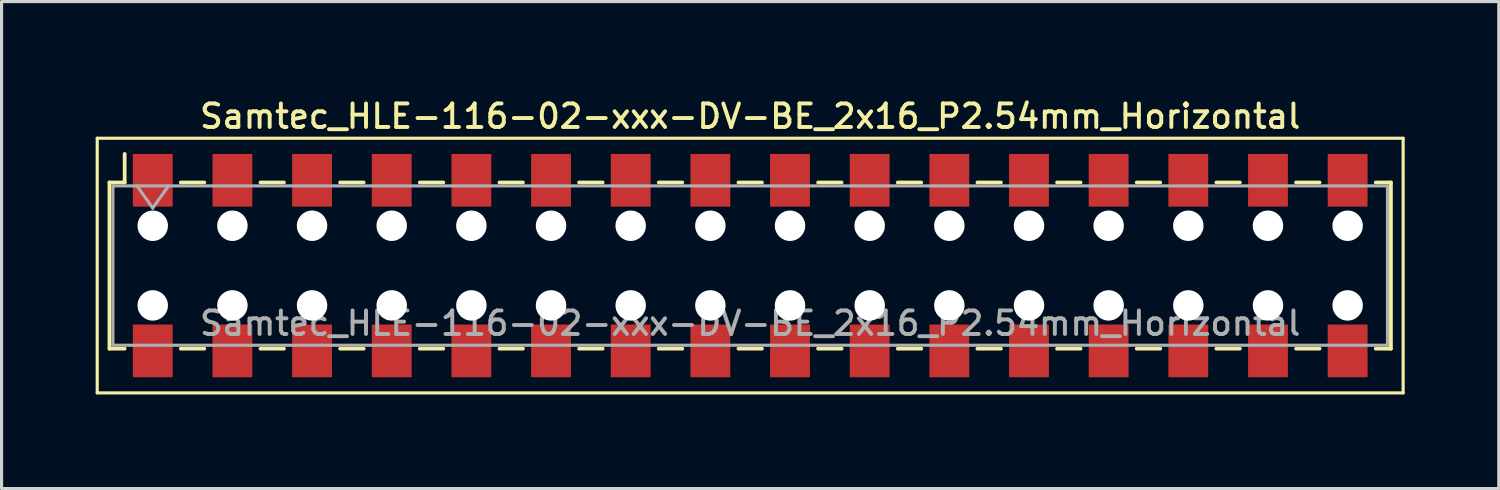
<source format=kicad_pcb>
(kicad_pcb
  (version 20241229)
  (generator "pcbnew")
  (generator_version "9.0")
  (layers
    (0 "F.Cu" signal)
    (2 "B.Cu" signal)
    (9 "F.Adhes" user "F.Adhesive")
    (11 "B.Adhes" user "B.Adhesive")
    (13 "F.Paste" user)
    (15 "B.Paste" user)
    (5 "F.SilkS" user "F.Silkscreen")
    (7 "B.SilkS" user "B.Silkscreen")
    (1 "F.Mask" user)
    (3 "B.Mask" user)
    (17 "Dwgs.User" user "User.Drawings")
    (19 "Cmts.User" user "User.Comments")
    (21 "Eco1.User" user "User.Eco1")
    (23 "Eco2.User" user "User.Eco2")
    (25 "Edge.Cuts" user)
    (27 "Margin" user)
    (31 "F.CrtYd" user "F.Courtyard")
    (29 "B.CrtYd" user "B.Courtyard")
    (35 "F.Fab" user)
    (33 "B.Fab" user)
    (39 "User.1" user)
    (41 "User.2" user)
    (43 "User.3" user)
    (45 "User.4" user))
  (footprint "Samtec_HLE-116-02-xxx-DV-BE_2x16_P2.54mm_Horizontal"
    (layer "F.Cu")
    (at 20.87 5.418)
    (property "Reference" "Samtec_HLE-116-02-xxx-DV-BE_2x16_P2.54mm_Horizontal" (at 0 -4.76 0) (layer "F.SilkS") (effects (font (size 0.75 0.75) (thickness 0.125))))
    (attr smd)
    (fp_line (start -20.82 -4.06) (end 20.82 -4.06) (stroke (width 0.1) (type solid)) (layer "F.SilkS"))
    (fp_line (start -20.82 4.06) (end -20.82 -4.06) (stroke (width 0.1) (type solid)) (layer "F.SilkS"))
    (fp_line (start -20.43 -2.65) (end -20.43 2.65) (stroke (width 0.12) (type solid)) (layer "F.SilkS"))
    (fp_line (start -20.43 2.65) (end -19.945 2.65) (stroke (width 0.12) (type solid)) (layer "F.SilkS"))
    (fp_line (start -19.945 -3.56) (end -19.945 -2.65) (stroke (width 0.12) (type solid)) (layer "F.SilkS"))
    (fp_line (start -19.945 -2.65) (end -20.43 -2.65) (stroke (width 0.12) (type solid)) (layer "F.SilkS"))
    (fp_line (start -18.155 -2.65) (end -17.405 -2.65) (stroke (width 0.12) (type solid)) (layer "F.SilkS"))
    (fp_line (start -18.155 2.65) (end -17.405 2.65) (stroke (width 0.12) (type solid)) (layer "F.SilkS"))
    (fp_line (start -15.615 -2.65) (end -14.865 -2.65) (stroke (width 0.12) (type solid)) (layer "F.SilkS"))
    (fp_line (start -15.615 2.65) (end -14.865 2.65) (stroke (width 0.12) (type solid)) (layer "F.SilkS"))
    (fp_line (start -13.075 -2.65) (end -12.325 -2.65) (stroke (width 0.12) (type solid)) (layer "F.SilkS"))
    (fp_line (start -13.075 2.65) (end -12.325 2.65) (stroke (width 0.12) (type solid)) (layer "F.SilkS"))
    (fp_line (start -10.535 -2.65) (end -9.785 -2.65) (stroke (width 0.12) (type solid)) (layer "F.SilkS"))
    (fp_line (start -10.535 2.65) (end -9.785 2.65) (stroke (width 0.12) (type solid)) (layer "F.SilkS"))
    (fp_line (start -7.995 -2.65) (end -7.245 -2.65) (stroke (width 0.12) (type solid)) (layer "F.SilkS"))
    (fp_line (start -7.995 2.65) (end -7.245 2.65) (stroke (width 0.12) (type solid)) (layer "F.SilkS"))
    (fp_line (start -5.455 -2.65) (end -4.705 -2.65) (stroke (width 0.12) (type solid)) (layer "F.SilkS"))
    (fp_line (start -5.455 2.65) (end -4.705 2.65) (stroke (width 0.12) (type solid)) (layer "F.SilkS"))
    (fp_line (start -2.915 -2.65) (end -2.165 -2.65) (stroke (width 0.12) (type solid)) (layer "F.SilkS"))
    (fp_line (start -2.915 2.65) (end -2.165 2.65) (stroke (width 0.12) (type solid)) (layer "F.SilkS"))
    (fp_line (start -0.375 -2.65) (end 0.375 -2.65) (stroke (width 0.12) (type solid)) (layer "F.SilkS"))
    (fp_line (start -0.375 2.65) (end 0.375 2.65) (stroke (width 0.12) (type solid)) (layer "F.SilkS"))
    (fp_line (start 2.165 -2.65) (end 2.915 -2.65) (stroke (width 0.12) (type solid)) (layer "F.SilkS"))
    (fp_line (start 2.165 2.65) (end 2.915 2.65) (stroke (width 0.12) (type solid)) (layer "F.SilkS"))
    (fp_line (start 4.705 -2.65) (end 5.455 -2.65) (stroke (width 0.12) (type solid)) (layer "F.SilkS"))
    (fp_line (start 4.705 2.65) (end 5.455 2.65) (stroke (width 0.12) (type solid)) (layer "F.SilkS"))
    (fp_line (start 7.245 -2.65) (end 7.995 -2.65) (stroke (width 0.12) (type solid)) (layer "F.SilkS"))
    (fp_line (start 7.245 2.65) (end 7.995 2.65) (stroke (width 0.12) (type solid)) (layer "F.SilkS"))
    (fp_line (start 9.785 -2.65) (end 10.535 -2.65) (stroke (width 0.12) (type solid)) (layer "F.SilkS"))
    (fp_line (start 9.785 2.65) (end 10.535 2.65) (stroke (width 0.12) (type solid)) (layer "F.SilkS"))
    (fp_line (start 12.325 -2.65) (end 13.075 -2.65) (stroke (width 0.12) (type solid)) (layer "F.SilkS"))
    (fp_line (start 12.325 2.65) (end 13.075 2.65) (stroke (width 0.12) (type solid)) (layer "F.SilkS"))
    (fp_line (start 14.865 -2.65) (end 15.615 -2.65) (stroke (width 0.12) (type solid)) (layer "F.SilkS"))
    (fp_line (start 14.865 2.65) (end 15.615 2.65) (stroke (width 0.12) (type solid)) (layer "F.SilkS"))
    (fp_line (start 17.405 -2.65) (end 18.155 -2.65) (stroke (width 0.12) (type solid)) (layer "F.SilkS"))
    (fp_line (start 17.405 2.65) (end 18.155 2.65) (stroke (width 0.12) (type solid)) (layer "F.SilkS"))
    (fp_line (start 19.945 -2.65) (end 20.43 -2.65) (stroke (width 0.12) (type solid)) (layer "F.SilkS"))
    (fp_line (start 20.43 -2.65) (end 20.43 2.65) (stroke (width 0.12) (type solid)) (layer "F.SilkS"))
    (fp_line (start 20.43 2.65) (end 19.945 2.65) (stroke (width 0.12) (type solid)) (layer "F.SilkS"))
    (fp_line (start 20.82 -4.06) (end 20.82 4.06) (stroke (width 0.1) (type solid)) (layer "F.SilkS"))
    (fp_line (start 20.82 4.06) (end -20.82 4.06) (stroke (width 0.1) (type solid)) (layer "F.SilkS"))
    (fp_line (start -20.32 -2.54) (end 20.32 -2.54) (stroke (width 0.1) (type solid)) (layer "F.Fab"))
    (fp_line (start -20.32 2.54) (end -20.32 -2.54) (stroke (width 0.1) (type solid)) (layer "F.Fab"))
    (fp_line (start -19.55 -2.54) (end -19.05 -1.833) (stroke (width 0.1) (type solid)) (layer "F.Fab"))
    (fp_line (start -19.05 -1.833) (end -18.55 -2.54) (stroke (width 0.1) (type solid)) (layer "F.Fab"))
    (fp_line (start 20.32 -2.54) (end 20.32 2.54) (stroke (width 0.1) (type solid)) (layer "F.Fab"))
    (fp_line (start 20.32 2.54) (end -20.32 2.54) (stroke (width 0.1) (type solid)) (layer "F.Fab"))
    (fp_text user "${REFERENCE}" (at 0 1.84 0) (layer "F.Fab") (effects (font (size 0.75 0.75) (thickness 0.125))))
    (pad "" np_thru_hole circle (at -19.05 -1.27) (size 0.97 0.97) (drill 0.97) (layers "*.Cu" "*.Mask"))
    (pad "" np_thru_hole circle (at -19.05 1.27) (size 0.97 0.97) (drill 0.97) (layers "*.Cu" "*.Mask"))
    (pad "" np_thru_hole circle (at -16.51 -1.27) (size 0.97 0.97) (drill 0.97) (layers "*.Cu" "*.Mask"))
    (pad "" np_thru_hole circle (at -16.51 1.27) (size 0.97 0.97) (drill 0.97) (layers "*.Cu" "*.Mask"))
    (pad "" np_thru_hole circle (at -13.97 -1.27) (size 0.97 0.97) (drill 0.97) (layers "*.Cu" "*.Mask"))
    (pad "" np_thru_hole circle (at -13.97 1.27) (size 0.97 0.97) (drill 0.97) (layers "*.Cu" "*.Mask"))
    (pad "" np_thru_hole circle (at -11.43 -1.27) (size 0.97 0.97) (drill 0.97) (layers "*.Cu" "*.Mask"))
    (pad "" np_thru_hole circle (at -11.43 1.27) (size 0.97 0.97) (drill 0.97) (layers "*.Cu" "*.Mask"))
    (pad "" np_thru_hole circle (at -8.89 -1.27) (size 0.97 0.97) (drill 0.97) (layers "*.Cu" "*.Mask"))
    (pad "" np_thru_hole circle (at -8.89 1.27) (size 0.97 0.97) (drill 0.97) (layers "*.Cu" "*.Mask"))
    (pad "" np_thru_hole circle (at -6.35 -1.27) (size 0.97 0.97) (drill 0.97) (layers "*.Cu" "*.Mask"))
    (pad "" np_thru_hole circle (at -6.35 1.27) (size 0.97 0.97) (drill 0.97) (layers "*.Cu" "*.Mask"))
    (pad "" np_thru_hole circle (at -3.81 -1.27) (size 0.97 0.97) (drill 0.97) (layers "*.Cu" "*.Mask"))
    (pad "" np_thru_hole circle (at -3.81 1.27) (size 0.97 0.97) (drill 0.97) (layers "*.Cu" "*.Mask"))
    (pad "" np_thru_hole circle (at -1.27 -1.27) (size 0.97 0.97) (drill 0.97) (layers "*.Cu" "*.Mask"))
    (pad "" np_thru_hole circle (at -1.27 1.27) (size 0.97 0.97) (drill 0.97) (layers "*.Cu" "*.Mask"))
    (pad "" np_thru_hole circle (at 1.27 -1.27) (size 0.97 0.97) (drill 0.97) (layers "*.Cu" "*.Mask"))
    (pad "" np_thru_hole circle (at 1.27 1.27) (size 0.97 0.97) (drill 0.97) (layers "*.Cu" "*.Mask"))
    (pad "" np_thru_hole circle (at 3.81 -1.27) (size 0.97 0.97) (drill 0.97) (layers "*.Cu" "*.Mask"))
    (pad "" np_thru_hole circle (at 3.81 1.27) (size 0.97 0.97) (drill 0.97) (layers "*.Cu" "*.Mask"))
    (pad "" np_thru_hole circle (at 6.35 -1.27) (size 0.97 0.97) (drill 0.97) (layers "*.Cu" "*.Mask"))
    (pad "" np_thru_hole circle (at 6.35 1.27) (size 0.97 0.97) (drill 0.97) (layers "*.Cu" "*.Mask"))
    (pad "" np_thru_hole circle (at 8.89 -1.27) (size 0.97 0.97) (drill 0.97) (layers "*.Cu" "*.Mask"))
    (pad "" np_thru_hole circle (at 8.89 1.27) (size 0.97 0.97) (drill 0.97) (layers "*.Cu" "*.Mask"))
    (pad "" np_thru_hole circle (at 11.43 -1.27) (size 0.97 0.97) (drill 0.97) (layers "*.Cu" "*.Mask"))
    (pad "" np_thru_hole circle (at 11.43 1.27) (size 0.97 0.97) (drill 0.97) (layers "*.Cu" "*.Mask"))
    (pad "" np_thru_hole circle (at 13.97 -1.27) (size 0.97 0.97) (drill 0.97) (layers "*.Cu" "*.Mask"))
    (pad "" np_thru_hole circle (at 13.97 1.27) (size 0.97 0.97) (drill 0.97) (layers "*.Cu" "*.Mask"))
    (pad "" np_thru_hole circle (at 16.51 -1.27) (size 0.97 0.97) (drill 0.97) (layers "*.Cu" "*.Mask"))
    (pad "" np_thru_hole circle (at 16.51 1.27) (size 0.97 0.97) (drill 0.97) (layers "*.Cu" "*.Mask"))
    (pad "" np_thru_hole circle (at 19.05 -1.27) (size 0.97 0.97) (drill 0.97) (layers "*.Cu" "*.Mask"))
    (pad "" np_thru_hole circle (at 19.05 1.27) (size 0.97 0.97) (drill 0.97) (layers "*.Cu" "*.Mask"))
    (pad "1" smd rect (at -19.05 -2.72) (size 1.27 1.68) (layers "F.Cu" "F.Mask" "F.Paste"))
    (pad "2" smd rect (at -19.05 2.72) (size 1.27 1.68) (layers "F.Cu" "F.Mask" "F.Paste"))
    (pad "3" smd rect (at -16.51 -2.72) (size 1.27 1.68) (layers "F.Cu" "F.Mask" "F.Paste"))
    (pad "4" smd rect (at -16.51 2.72) (size 1.27 1.68) (layers "F.Cu" "F.Mask" "F.Paste"))
    (pad "5" smd rect (at -13.97 -2.72) (size 1.27 1.68) (layers "F.Cu" "F.Mask" "F.Paste"))
    (pad "6" smd rect (at -13.97 2.72) (size 1.27 1.68) (layers "F.Cu" "F.Mask" "F.Paste"))
    (pad "7" smd rect (at -11.43 -2.72) (size 1.27 1.68) (layers "F.Cu" "F.Mask" "F.Paste"))
    (pad "8" smd rect (at -11.43 2.72) (size 1.27 1.68) (layers "F.Cu" "F.Mask" "F.Paste"))
    (pad "9" smd rect (at -8.89 -2.72) (size 1.27 1.68) (layers "F.Cu" "F.Mask" "F.Paste"))
    (pad "10" smd rect (at -8.89 2.72) (size 1.27 1.68) (layers "F.Cu" "F.Mask" "F.Paste"))
    (pad "11" smd rect (at -6.35 -2.72) (size 1.27 1.68) (layers "F.Cu" "F.Mask" "F.Paste"))
    (pad "12" smd rect (at -6.35 2.72) (size 1.27 1.68) (layers "F.Cu" "F.Mask" "F.Paste"))
    (pad "13" smd rect (at -3.81 -2.72) (size 1.27 1.68) (layers "F.Cu" "F.Mask" "F.Paste"))
    (pad "14" smd rect (at -3.81 2.72) (size 1.27 1.68) (layers "F.Cu" "F.Mask" "F.Paste"))
    (pad "15" smd rect (at -1.27 -2.72) (size 1.27 1.68) (layers "F.Cu" "F.Mask" "F.Paste"))
    (pad "16" smd rect (at -1.27 2.72) (size 1.27 1.68) (layers "F.Cu" "F.Mask" "F.Paste"))
    (pad "17" smd rect (at 1.27 -2.72) (size 1.27 1.68) (layers "F.Cu" "F.Mask" "F.Paste"))
    (pad "18" smd rect (at 1.27 2.72) (size 1.27 1.68) (layers "F.Cu" "F.Mask" "F.Paste"))
    (pad "19" smd rect (at 3.81 -2.72) (size 1.27 1.68) (layers "F.Cu" "F.Mask" "F.Paste"))
    (pad "20" smd rect (at 3.81 2.72) (size 1.27 1.68) (layers "F.Cu" "F.Mask" "F.Paste"))
    (pad "21" smd rect (at 6.35 -2.72) (size 1.27 1.68) (layers "F.Cu" "F.Mask" "F.Paste"))
    (pad "22" smd rect (at 6.35 2.72) (size 1.27 1.68) (layers "F.Cu" "F.Mask" "F.Paste"))
    (pad "23" smd rect (at 8.89 -2.72) (size 1.27 1.68) (layers "F.Cu" "F.Mask" "F.Paste"))
    (pad "24" smd rect (at 8.89 2.72) (size 1.27 1.68) (layers "F.Cu" "F.Mask" "F.Paste"))
    (pad "25" smd rect (at 11.43 -2.72) (size 1.27 1.68) (layers "F.Cu" "F.Mask" "F.Paste"))
    (pad "26" smd rect (at 11.43 2.72) (size 1.27 1.68) (layers "F.Cu" "F.Mask" "F.Paste"))
    (pad "27" smd rect (at 13.97 -2.72) (size 1.27 1.68) (layers "F.Cu" "F.Mask" "F.Paste"))
    (pad "28" smd rect (at 13.97 2.72) (size 1.27 1.68) (layers "F.Cu" "F.Mask" "F.Paste"))
    (pad "29" smd rect (at 16.51 -2.72) (size 1.27 1.68) (layers "F.Cu" "F.Mask" "F.Paste"))
    (pad "30" smd rect (at 16.51 2.72) (size 1.27 1.68) (layers "F.Cu" "F.Mask" "F.Paste"))
    (pad "31" smd rect (at 19.05 -2.72) (size 1.27 1.68) (layers "F.Cu" "F.Mask" "F.Paste"))
    (pad "32" smd rect (at 19.05 2.72) (size 1.27 1.68) (layers "F.Cu" "F.Mask" "F.Paste")))
  (gr_rect
    (start -3 -3)
    (end 44.74 12.528)
    (stroke (width 0.1) (type default))
    (fill no)
    (layer "Edge.Cuts")))
</source>
